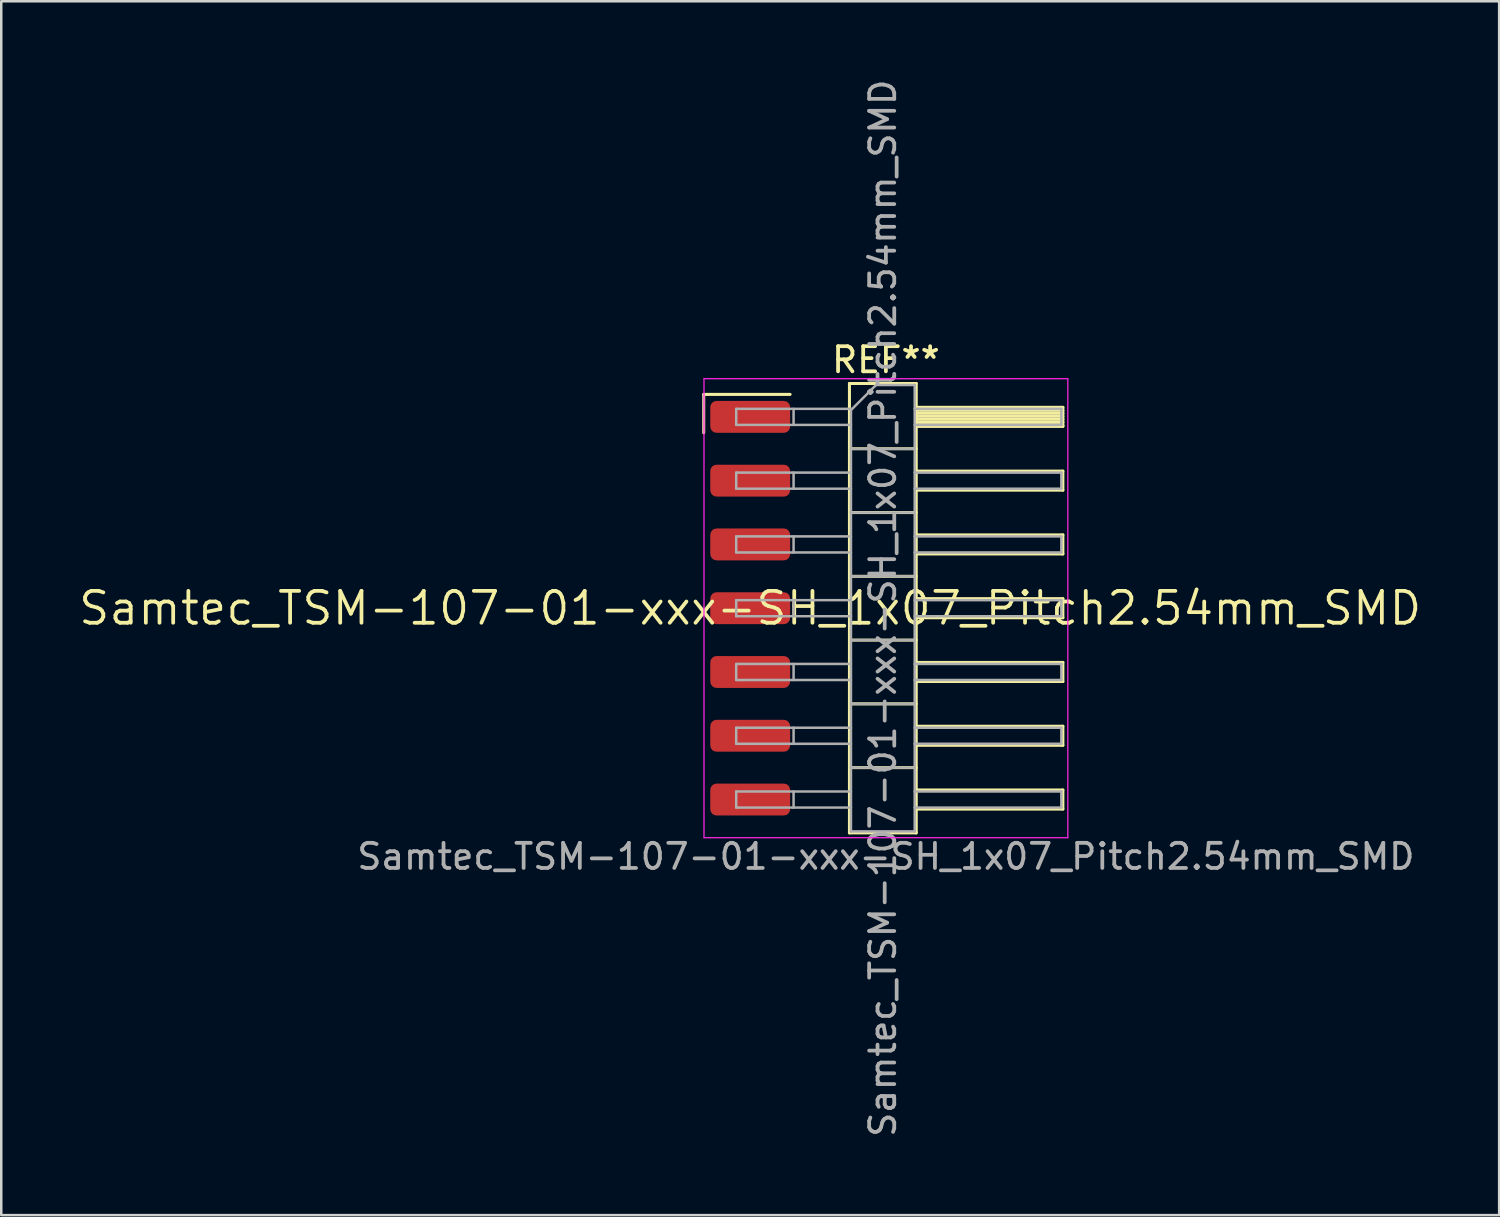
<source format=kicad_pcb>
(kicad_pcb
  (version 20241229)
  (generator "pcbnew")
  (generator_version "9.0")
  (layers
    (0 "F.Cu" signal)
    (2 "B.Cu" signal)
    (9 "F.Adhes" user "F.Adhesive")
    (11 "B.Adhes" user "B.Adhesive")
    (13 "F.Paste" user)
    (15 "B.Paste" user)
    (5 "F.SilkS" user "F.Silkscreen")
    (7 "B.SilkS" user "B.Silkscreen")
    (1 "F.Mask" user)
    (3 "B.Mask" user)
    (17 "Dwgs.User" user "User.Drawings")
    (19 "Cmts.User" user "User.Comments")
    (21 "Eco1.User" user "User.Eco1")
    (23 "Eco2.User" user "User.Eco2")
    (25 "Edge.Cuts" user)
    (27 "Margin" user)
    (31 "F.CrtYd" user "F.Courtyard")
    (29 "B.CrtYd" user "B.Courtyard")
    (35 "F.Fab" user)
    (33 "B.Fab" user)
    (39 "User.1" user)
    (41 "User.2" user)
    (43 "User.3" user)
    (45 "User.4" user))
  (footprint "Samtec_TSM-107-01-xxx-SH_1x07_Pitch2.54mm_SMD"
    (layer "F.Cu")
    (at 26.828 21.173)
    (property "Reference" "Samtec_TSM-107-01-xxx-SH_1x07_Pitch2.54mm_SMD" (at 0 0 0) (layer "F.SilkS") (effects (font (size 1.27 1.27) (thickness 0.15))))
    (attr smd)
    (fp_line (start -1.85 -8.515) (end 1.59 -8.515) (stroke (width 0.12) (type solid)) (layer "F.SilkS"))
    (fp_line (start -1.85 -6.985) (end -1.85 -8.515) (stroke (width 0.12) (type solid)) (layer "F.SilkS"))
    (fp_line (start 3.953 -8.95) (end 6.613 -8.95) (stroke (width 0.12) (type solid)) (layer "F.SilkS"))
    (fp_line (start 3.953 -6.35) (end 6.613 -6.35) (stroke (width 0.12) (type solid)) (layer "F.SilkS"))
    (fp_line (start 3.953 -3.81) (end 6.613 -3.81) (stroke (width 0.12) (type solid)) (layer "F.SilkS"))
    (fp_line (start 3.953 -1.27) (end 6.613 -1.27) (stroke (width 0.12) (type solid)) (layer "F.SilkS"))
    (fp_line (start 3.953 1.27) (end 6.613 1.27) (stroke (width 0.12) (type solid)) (layer "F.SilkS"))
    (fp_line (start 3.953 3.81) (end 6.613 3.81) (stroke (width 0.12) (type solid)) (layer "F.SilkS"))
    (fp_line (start 3.953 6.35) (end 6.613 6.35) (stroke (width 0.12) (type solid)) (layer "F.SilkS"))
    (fp_line (start 3.953 8.95) (end 3.953 -8.95) (stroke (width 0.12) (type solid)) (layer "F.SilkS"))
    (fp_line (start 6.613 -8.95) (end 6.613 8.95) (stroke (width 0.12) (type solid)) (layer "F.SilkS"))
    (fp_line (start 6.613 -8) (end 12.453 -8) (stroke (width 0.12) (type solid)) (layer "F.SilkS"))
    (fp_line (start 6.613 -7.88) (end 12.453 -7.88) (stroke (width 0.12) (type solid)) (layer "F.SilkS"))
    (fp_line (start 6.613 -7.76) (end 12.453 -7.76) (stroke (width 0.12) (type solid)) (layer "F.SilkS"))
    (fp_line (start 6.613 -7.64) (end 12.453 -7.64) (stroke (width 0.12) (type solid)) (layer "F.SilkS"))
    (fp_line (start 6.613 -7.52) (end 12.453 -7.52) (stroke (width 0.12) (type solid)) (layer "F.SilkS"))
    (fp_line (start 6.613 -7.4) (end 12.453 -7.4) (stroke (width 0.12) (type solid)) (layer "F.SilkS"))
    (fp_line (start 6.613 -7.28) (end 12.453 -7.28) (stroke (width 0.12) (type solid)) (layer "F.SilkS"))
    (fp_line (start 6.613 -7.24) (end 12.453 -7.24) (stroke (width 0.12) (type solid)) (layer "F.SilkS"))
    (fp_line (start 6.613 -5.46) (end 12.453 -5.46) (stroke (width 0.12) (type solid)) (layer "F.SilkS"))
    (fp_line (start 6.613 -4.7) (end 12.453 -4.7) (stroke (width 0.12) (type solid)) (layer "F.SilkS"))
    (fp_line (start 6.613 -2.92) (end 12.453 -2.92) (stroke (width 0.12) (type solid)) (layer "F.SilkS"))
    (fp_line (start 6.613 -2.16) (end 12.453 -2.16) (stroke (width 0.12) (type solid)) (layer "F.SilkS"))
    (fp_line (start 6.613 -0.38) (end 12.453 -0.38) (stroke (width 0.12) (type solid)) (layer "F.SilkS"))
    (fp_line (start 6.613 0.38) (end 12.453 0.38) (stroke (width 0.12) (type solid)) (layer "F.SilkS"))
    (fp_line (start 6.613 2.16) (end 12.453 2.16) (stroke (width 0.12) (type solid)) (layer "F.SilkS"))
    (fp_line (start 6.613 2.92) (end 12.453 2.92) (stroke (width 0.12) (type solid)) (layer "F.SilkS"))
    (fp_line (start 6.613 4.7) (end 12.453 4.7) (stroke (width 0.12) (type solid)) (layer "F.SilkS"))
    (fp_line (start 6.613 5.46) (end 12.453 5.46) (stroke (width 0.12) (type solid)) (layer "F.SilkS"))
    (fp_line (start 6.613 7.24) (end 12.453 7.24) (stroke (width 0.12) (type solid)) (layer "F.SilkS"))
    (fp_line (start 6.613 8) (end 12.453 8) (stroke (width 0.12) (type solid)) (layer "F.SilkS"))
    (fp_line (start 6.613 8.95) (end 3.953 8.95) (stroke (width 0.12) (type solid)) (layer "F.SilkS"))
    (fp_line (start 12.453 -8) (end 12.453 -7.24) (stroke (width 0.12) (type solid)) (layer "F.SilkS"))
    (fp_line (start 12.453 -5.46) (end 12.453 -4.7) (stroke (width 0.12) (type solid)) (layer "F.SilkS"))
    (fp_line (start 12.453 -2.92) (end 12.453 -2.16) (stroke (width 0.12) (type solid)) (layer "F.SilkS"))
    (fp_line (start 12.453 -0.38) (end 12.453 0.38) (stroke (width 0.12) (type solid)) (layer "F.SilkS"))
    (fp_line (start 12.453 2.16) (end 12.453 2.92) (stroke (width 0.12) (type solid)) (layer "F.SilkS"))
    (fp_line (start 12.453 4.7) (end 12.453 5.46) (stroke (width 0.12) (type solid)) (layer "F.SilkS"))
    (fp_line (start 12.453 7.24) (end 12.453 8) (stroke (width 0.12) (type solid)) (layer "F.SilkS"))
    (fp_line (start -1.84 -9.14) (end 12.65 -9.14) (stroke (width 0.05) (type solid)) (layer "F.CrtYd"))
    (fp_line (start -1.84 9.14) (end -1.84 -9.14) (stroke (width 0.05) (type solid)) (layer "F.CrtYd"))
    (fp_line (start 12.65 -9.14) (end 12.65 9.14) (stroke (width 0.05) (type solid)) (layer "F.CrtYd"))
    (fp_line (start 12.65 9.14) (end -1.84 9.14) (stroke (width 0.05) (type solid)) (layer "F.CrtYd"))
    (fp_line (start -0.557 -7.94) (end -0.557 -7.3) (stroke (width 0.1) (type solid)) (layer "F.Fab"))
    (fp_line (start -0.557 -7.94) (end 4.013 -7.94) (stroke (width 0.1) (type solid)) (layer "F.Fab"))
    (fp_line (start -0.557 -7.3) (end 4.013 -7.3) (stroke (width 0.1) (type solid)) (layer "F.Fab"))
    (fp_line (start -0.557 -5.4) (end -0.557 -4.76) (stroke (width 0.1) (type solid)) (layer "F.Fab"))
    (fp_line (start -0.557 -5.4) (end 4.013 -5.4) (stroke (width 0.1) (type solid)) (layer "F.Fab"))
    (fp_line (start -0.557 -4.76) (end 4.013 -4.76) (stroke (width 0.1) (type solid)) (layer "F.Fab"))
    (fp_line (start -0.557 -2.86) (end -0.557 -2.22) (stroke (width 0.1) (type solid)) (layer "F.Fab"))
    (fp_line (start -0.557 -2.86) (end 4.013 -2.86) (stroke (width 0.1) (type solid)) (layer "F.Fab"))
    (fp_line (start -0.557 -2.22) (end 4.013 -2.22) (stroke (width 0.1) (type solid)) (layer "F.Fab"))
    (fp_line (start -0.557 -0.32) (end -0.557 0.32) (stroke (width 0.1) (type solid)) (layer "F.Fab"))
    (fp_line (start -0.557 -0.32) (end 4.013 -0.32) (stroke (width 0.1) (type solid)) (layer "F.Fab"))
    (fp_line (start -0.557 0.32) (end 4.013 0.32) (stroke (width 0.1) (type solid)) (layer "F.Fab"))
    (fp_line (start -0.557 2.22) (end -0.557 2.86) (stroke (width 0.1) (type solid)) (layer "F.Fab"))
    (fp_line (start -0.557 2.22) (end 4.013 2.22) (stroke (width 0.1) (type solid)) (layer "F.Fab"))
    (fp_line (start -0.557 2.86) (end 4.013 2.86) (stroke (width 0.1) (type solid)) (layer "F.Fab"))
    (fp_line (start -0.557 4.76) (end -0.557 5.4) (stroke (width 0.1) (type solid)) (layer "F.Fab"))
    (fp_line (start -0.557 4.76) (end 4.013 4.76) (stroke (width 0.1) (type solid)) (layer "F.Fab"))
    (fp_line (start -0.557 5.4) (end 4.013 5.4) (stroke (width 0.1) (type solid)) (layer "F.Fab"))
    (fp_line (start -0.557 7.3) (end -0.557 7.94) (stroke (width 0.1) (type solid)) (layer "F.Fab"))
    (fp_line (start -0.557 7.3) (end 4.013 7.3) (stroke (width 0.1) (type solid)) (layer "F.Fab"))
    (fp_line (start -0.557 7.94) (end 4.013 7.94) (stroke (width 0.1) (type solid)) (layer "F.Fab"))
    (fp_line (start 1.728 -7.94) (end 1.728 -7.3) (stroke (width 0.1) (type solid)) (layer "F.Fab"))
    (fp_line (start 1.728 -5.4) (end 1.728 -4.76) (stroke (width 0.1) (type solid)) (layer "F.Fab"))
    (fp_line (start 1.728 -2.86) (end 1.728 -2.22) (stroke (width 0.1) (type solid)) (layer "F.Fab"))
    (fp_line (start 1.728 -0.32) (end 1.728 0.32) (stroke (width 0.1) (type solid)) (layer "F.Fab"))
    (fp_line (start 1.728 2.22) (end 1.728 2.86) (stroke (width 0.1) (type solid)) (layer "F.Fab"))
    (fp_line (start 1.728 4.76) (end 1.728 5.4) (stroke (width 0.1) (type solid)) (layer "F.Fab"))
    (fp_line (start 1.728 7.3) (end 1.728 7.94) (stroke (width 0.1) (type solid)) (layer "F.Fab"))
    (fp_line (start 4.013 -7.89) (end 5.013 -8.89) (stroke (width 0.1) (type solid)) (layer "F.Fab"))
    (fp_line (start 4.013 -6.35) (end 6.553 -6.35) (stroke (width 0.1) (type solid)) (layer "F.Fab"))
    (fp_line (start 4.013 -3.81) (end 6.553 -3.81) (stroke (width 0.1) (type solid)) (layer "F.Fab"))
    (fp_line (start 4.013 -1.27) (end 6.553 -1.27) (stroke (width 0.1) (type solid)) (layer "F.Fab"))
    (fp_line (start 4.013 1.27) (end 6.553 1.27) (stroke (width 0.1) (type solid)) (layer "F.Fab"))
    (fp_line (start 4.013 3.81) (end 6.553 3.81) (stroke (width 0.1) (type solid)) (layer "F.Fab"))
    (fp_line (start 4.013 6.35) (end 6.553 6.35) (stroke (width 0.1) (type solid)) (layer "F.Fab"))
    (fp_line (start 4.013 8.89) (end 4.013 -7.89) (stroke (width 0.1) (type solid)) (layer "F.Fab"))
    (fp_line (start 5.013 -8.89) (end 6.553 -8.89) (stroke (width 0.1) (type solid)) (layer "F.Fab"))
    (fp_line (start 6.553 -8.89) (end 6.553 8.89) (stroke (width 0.1) (type solid)) (layer "F.Fab"))
    (fp_line (start 6.553 -7.94) (end 12.393 -7.94) (stroke (width 0.1) (type solid)) (layer "F.Fab"))
    (fp_line (start 6.553 -7.3) (end 12.393 -7.3) (stroke (width 0.1) (type solid)) (layer "F.Fab"))
    (fp_line (start 6.553 -5.4) (end 12.393 -5.4) (stroke (width 0.1) (type solid)) (layer "F.Fab"))
    (fp_line (start 6.553 -4.76) (end 12.393 -4.76) (stroke (width 0.1) (type solid)) (layer "F.Fab"))
    (fp_line (start 6.553 -2.86) (end 12.393 -2.86) (stroke (width 0.1) (type solid)) (layer "F.Fab"))
    (fp_line (start 6.553 -2.22) (end 12.393 -2.22) (stroke (width 0.1) (type solid)) (layer "F.Fab"))
    (fp_line (start 6.553 -0.32) (end 12.393 -0.32) (stroke (width 0.1) (type solid)) (layer "F.Fab"))
    (fp_line (start 6.553 0.32) (end 12.393 0.32) (stroke (width 0.1) (type solid)) (layer "F.Fab"))
    (fp_line (start 6.553 2.22) (end 12.393 2.22) (stroke (width 0.1) (type solid)) (layer "F.Fab"))
    (fp_line (start 6.553 2.86) (end 12.393 2.86) (stroke (width 0.1) (type solid)) (layer "F.Fab"))
    (fp_line (start 6.553 4.76) (end 12.393 4.76) (stroke (width 0.1) (type solid)) (layer "F.Fab"))
    (fp_line (start 6.553 5.4) (end 12.393 5.4) (stroke (width 0.1) (type solid)) (layer "F.Fab"))
    (fp_line (start 6.553 7.3) (end 12.393 7.3) (stroke (width 0.1) (type solid)) (layer "F.Fab"))
    (fp_line (start 6.553 7.94) (end 12.393 7.94) (stroke (width 0.1) (type solid)) (layer "F.Fab"))
    (fp_line (start 6.553 8.89) (end 4.013 8.89) (stroke (width 0.1) (type solid)) (layer "F.Fab"))
    (fp_line (start 12.393 -7.94) (end 12.393 -7.3) (stroke (width 0.1) (type solid)) (layer "F.Fab"))
    (fp_line (start 12.393 -5.4) (end 12.393 -4.76) (stroke (width 0.1) (type solid)) (layer "F.Fab"))
    (fp_line (start 12.393 -2.86) (end 12.393 -2.22) (stroke (width 0.1) (type solid)) (layer "F.Fab"))
    (fp_line (start 12.393 -0.32) (end 12.393 0.32) (stroke (width 0.1) (type solid)) (layer "F.Fab"))
    (fp_line (start 12.393 2.22) (end 12.393 2.86) (stroke (width 0.1) (type solid)) (layer "F.Fab"))
    (fp_line (start 12.393 4.76) (end 12.393 5.4) (stroke (width 0.1) (type solid)) (layer "F.Fab"))
    (fp_line (start 12.393 7.3) (end 12.393 7.94) (stroke (width 0.1) (type solid)) (layer "F.Fab"))
    (fp_text user "REF**" (at 5.405 -9.89 0) (layer "F.SilkS") (effects (font (size 1 1) (thickness 0.15))))
    (fp_text user "${REFERENCE}" (at 5.283 0 90) (layer "F.Fab") (effects (font (size 1 1) (thickness 0.15))))
    (fp_text user "Samtec_TSM-107-01-xxx-SH_1x07_Pitch2.54mm_SMD" (at 5.405 9.89 0) (layer "F.Fab") (effects (font (size 1 1) (thickness 0.15))))
    (pad "1" smd roundrect (at 0 -7.62) (size 3.18 1.27) (layers "F.Cu" "F.Mask" "F.Paste") (roundrect_rratio 0.197))
    (pad "2" smd roundrect (at 0 -5.08) (size 3.18 1.27) (layers "F.Cu" "F.Mask" "F.Paste") (roundrect_rratio 0.197))
    (pad "3" smd roundrect (at 0 -2.54) (size 3.18 1.27) (layers "F.Cu" "F.Mask" "F.Paste") (roundrect_rratio 0.197))
    (pad "4" smd roundrect (at 0 0) (size 3.18 1.27) (layers "F.Cu" "F.Mask" "F.Paste") (roundrect_rratio 0.197))
    (pad "5" smd roundrect (at 0 2.54) (size 3.18 1.27) (layers "F.Cu" "F.Mask" "F.Paste") (roundrect_rratio 0.197))
    (pad "6" smd roundrect (at 0 5.08) (size 3.18 1.27) (layers "F.Cu" "F.Mask" "F.Paste") (roundrect_rratio 0.197))
    (pad "7" smd roundrect (at 0 7.62) (size 3.18 1.27) (layers "F.Cu" "F.Mask" "F.Paste") (roundrect_rratio 0.197)))
  (gr_rect
    (start -3 -3)
    (end 56.657 45.345)
    (stroke (width 0.1) (type default))
    (fill no)
    (layer "Edge.Cuts")))
</source>
